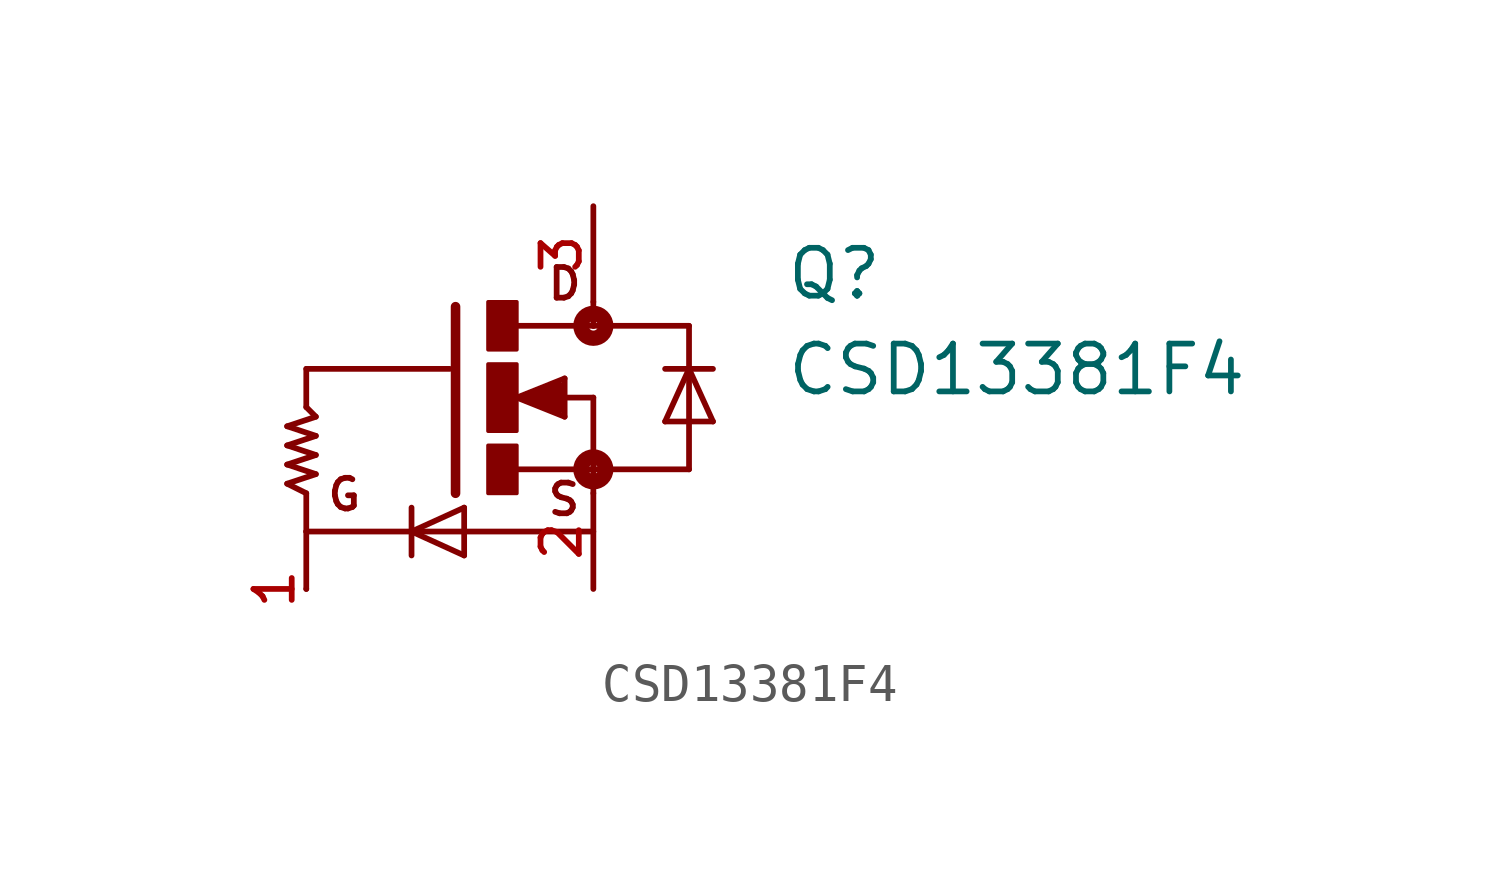
<source format=kicad_sym>
(kicad_symbol_lib
  (version 20211014)
  (generator kicad_symbol_editor)
  (symbol "CSD13381F4"
    (pin_names
      (offset 1.016))
    (property "Reference" "Q"
      (at 7.627 2.542 0)
      (effects (font (size 1.27 1.27)) (justify bottom left)))
    (property "Value" "CSD13381F4"
      (at 7.631 0.0 0)
      (effects (font (size 1.27 1.27)) (justify bottom left)))
    (symbol "CSD13381F4_0_0"
      (polyline (pts (xy -1.118 2.413) (xy -1.118 -2.54)) (stroke (width 0.254)))
      (polyline (pts (xy 2.54 1.905) (xy 0.533 1.905)) (stroke (width 0.152)))
      (polyline (pts (xy 2.54 0.0) (xy 2.54 -1.905)) (stroke (width 0.152)))
      (polyline (pts (xy 0.508 -1.905) (xy 2.54 -1.905)) (stroke (width 0.152)))
      (polyline (pts (xy 2.54 2.54) (xy 2.54 1.905)) (stroke (width 0.152)))
      (polyline (pts (xy 2.54 1.905) (xy 5.08 1.905)) (stroke (width 0.152)))
      (polyline (pts (xy 5.08 1.905) (xy 5.08 0.762)) (stroke (width 0.152)))
      (polyline (pts (xy 5.08 0.762) (xy 5.08 -1.905)) (stroke (width 0.152)))
      (polyline (pts (xy 5.08 -1.905) (xy 2.54 -1.905)) (stroke (width 0.152)))
      (polyline (pts (xy 2.54 -1.905) (xy 2.54 -2.54)) (stroke (width 0.152)))
      (polyline (pts (xy 5.08 0.762) (xy 4.445 -0.635)) (stroke (width 0.152)))
      (polyline (pts (xy 4.445 -0.635) (xy 5.715 -0.635)) (stroke (width 0.152)))
      (polyline (pts (xy 5.715 -0.635) (xy 5.08 0.762)) (stroke (width 0.152)))
      (polyline (pts (xy 4.445 0.762) (xy 5.08 0.762)) (stroke (width 0.152)))
      (polyline (pts (xy 5.08 0.762) (xy 5.715 0.762)) (stroke (width 0.152)))
      (polyline (pts (xy 0.508 0.0) (xy 1.778 -0.508)) (stroke (width 0.152)))
      (polyline (pts (xy 1.778 -0.508) (xy 1.778 0.508)) (stroke (width 0.152)))
      (polyline (pts (xy 1.778 0.508) (xy 0.508 0.0)) (stroke (width 0.152)))
      (polyline (pts (xy 1.651 0.0) (xy 2.54 0.0)) (stroke (width 0.152)))
      (polyline (pts (xy 1.651 0.254) (xy 0.762 0.0)) (stroke (width 0.305)))
      (polyline (pts (xy 0.762 0.0) (xy 1.651 -0.254)) (stroke (width 0.305)))
      (polyline (pts (xy 1.651 -0.254) (xy 1.651 0.0)) (stroke (width 0.305)))
      (polyline (pts (xy 1.651 0.0) (xy 1.397 0.0)) (stroke (width 0.305)))
      (circle (center 2.54 -1.905) (radius 0.127) (stroke (width 0.406)) (fill (type none)))
      (circle (center 2.54 1.905) (radius 0.127) (stroke (width 0.406)) (fill (type none)))
      (text "D" (at 1.272 2.544 0) (effects (font (size 0.814 0.814)) (justify bottom left)))
      (text "S" (at 1.272 -3.179 0) (effects (font (size 0.814 0.814)) (justify bottom left)))
      (text "G" (at -4.577 -3.051 0) (effects (font (size 0.814 0.814)) (justify bottom left)))
      (rectangle (start -0.254 -2.542) (end 0.508 -1.27) (stroke (width 0.1)) (fill (type outline)))
      (rectangle (start -0.254 1.271) (end 0.508 2.54) (stroke (width 0.1)) (fill (type outline)))
      (rectangle (start -0.254 -0.89) (end 0.508 0.889) (stroke (width 0.1)) (fill (type outline)))
      (polyline (pts (xy -5.08 -5.08) (xy -5.08 -3.556)) (stroke (width 0.152)))
      (polyline (pts (xy -5.08 -3.556) (xy -5.08 -2.54)) (stroke (width 0.152)))
      (polyline (pts (xy -5.08 -2.54) (xy -5.588 -2.286)) (stroke (width 0.152)))
      (polyline (pts (xy -5.588 -2.286) (xy -4.826 -2.032)) (stroke (width 0.152)))
      (polyline (pts (xy -4.826 -2.032) (xy -5.588 -1.778)) (stroke (width 0.152)))
      (polyline (pts (xy -5.588 -1.778) (xy -4.826 -1.524)) (stroke (width 0.152)))
      (polyline (pts (xy -4.826 -1.524) (xy -5.588 -1.27)) (stroke (width 0.152)))
      (polyline (pts (xy -5.588 -1.27) (xy -4.826 -1.016)) (stroke (width 0.152)))
      (polyline (pts (xy -4.826 -1.016) (xy -5.588 -0.762)) (stroke (width 0.152)))
      (polyline (pts (xy -5.588 -0.762) (xy -4.826 -0.508)) (stroke (width 0.152)))
      (polyline (pts (xy -4.826 -0.508) (xy -5.08 -0.254)) (stroke (width 0.152)))
      (polyline (pts (xy -5.08 -0.254) (xy -5.08 0.762)) (stroke (width 0.152)))
      (polyline (pts (xy -5.08 0.762) (xy -1.27 0.762)) (stroke (width 0.152)))
      (polyline (pts (xy -2.286 -3.556) (xy 2.54 -3.556)) (stroke (width 0.152)))
      (polyline (pts (xy -2.286 -3.556) (xy -0.889 -4.191)) (stroke (width 0.152)))
      (polyline (pts (xy -0.889 -4.191) (xy -0.889 -2.921)) (stroke (width 0.152)))
      (polyline (pts (xy -0.889 -2.921) (xy -2.286 -3.556)) (stroke (width 0.152)))
      (polyline (pts (xy -2.286 -4.191) (xy -2.286 -3.556)) (stroke (width 0.152)))
      (polyline (pts (xy -2.286 -3.556) (xy -2.286 -2.921)) (stroke (width 0.152)))
      (polyline (pts (xy -2.286 -3.556) (xy -5.08 -3.556)) (stroke (width 0.152)))
      (pin passive line (at -5.08 -5.08 90.0) (length 0) (name "~" (effects (font (size 1.016 1.016)))) (number "1" (effects (font (size 1.016 1.016)))))
      (pin passive line (at 2.54 5.08 270.0) (length 2.54) (name "~" (effects (font (size 1.016 1.016)))) (number "3" (effects (font (size 1.016 1.016)))))
      (pin passive line (at 2.54 -5.08 90.0) (length 2.54) (name "~" (effects (font (size 1.016 1.016)))) (number "2" (effects (font (size 1.016 1.016))))))))
</source>
